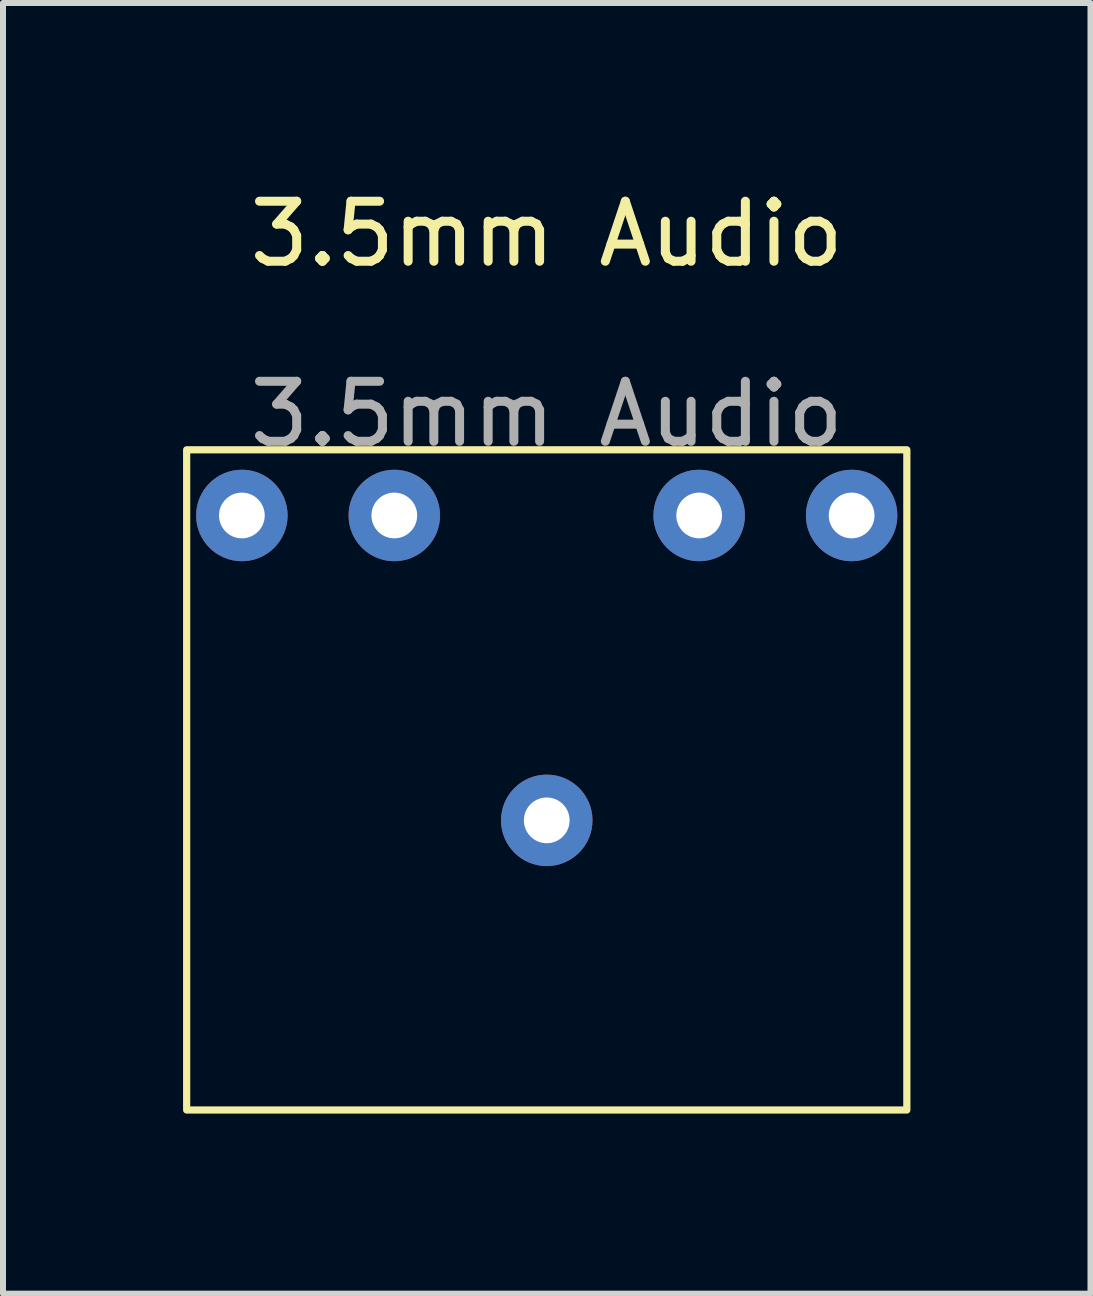
<source format=kicad_pcb>
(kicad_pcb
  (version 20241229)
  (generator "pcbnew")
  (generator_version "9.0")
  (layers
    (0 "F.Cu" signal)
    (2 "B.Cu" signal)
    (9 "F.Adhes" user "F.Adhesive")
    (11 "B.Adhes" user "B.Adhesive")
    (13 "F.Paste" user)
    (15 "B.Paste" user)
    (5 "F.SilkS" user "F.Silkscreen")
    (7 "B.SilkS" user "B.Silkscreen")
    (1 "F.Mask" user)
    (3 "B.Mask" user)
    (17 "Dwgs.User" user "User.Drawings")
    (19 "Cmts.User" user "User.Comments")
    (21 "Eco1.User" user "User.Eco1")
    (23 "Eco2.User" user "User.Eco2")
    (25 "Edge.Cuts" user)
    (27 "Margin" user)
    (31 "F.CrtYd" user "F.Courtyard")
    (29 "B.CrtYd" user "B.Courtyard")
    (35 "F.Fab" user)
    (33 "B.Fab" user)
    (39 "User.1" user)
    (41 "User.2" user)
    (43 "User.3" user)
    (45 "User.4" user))
  (footprint "3.5mm Audio"
    (layer "F.Cu")
    (at 6.06 1.348)
    (property "Reference" "3.5mm Audio" (at 0 -0.5 0) (unlocked yes) (layer "F.SilkS") (effects (font (size 1 1) (thickness 0.15))))
    (attr through_hole)
    (fp_rect (start -6 3.097) (end 6 14.097) (stroke (width 0.12) (type solid)) (fill no) (layer "F.SilkS"))
    (fp_text user "${REFERENCE}" (at 0 2.5 0) (unlocked yes) (layer "F.Fab") (effects (font (size 1 1) (thickness 0.15))))
    (pad "1" thru_hole circle (at -5.08 4.191) (size 1.524 1.524) (drill 0.762) (layers "*.Cu" "*.Mask"))
    (pad "2" thru_hole circle (at -2.54 4.191) (size 1.524 1.524) (drill 0.762) (layers "*.Cu" "*.Mask"))
    (pad "3" thru_hole circle (at 2.54 4.191) (size 1.524 1.524) (drill 0.762) (layers "*.Cu" "*.Mask"))
    (pad "4" thru_hole circle (at 5.08 4.191) (size 1.524 1.524) (drill 0.762) (layers "*.Cu" "*.Mask"))
    (pad "5" thru_hole circle (at 0 9.271) (size 1.524 1.524) (drill 0.762) (layers "*.Cu" "*.Mask")))
  (gr_rect
    (start -3 -3)
    (end 15.12 18.505)
    (stroke (width 0.1) (type default))
    (fill no)
    (layer "Edge.Cuts")))
</source>
